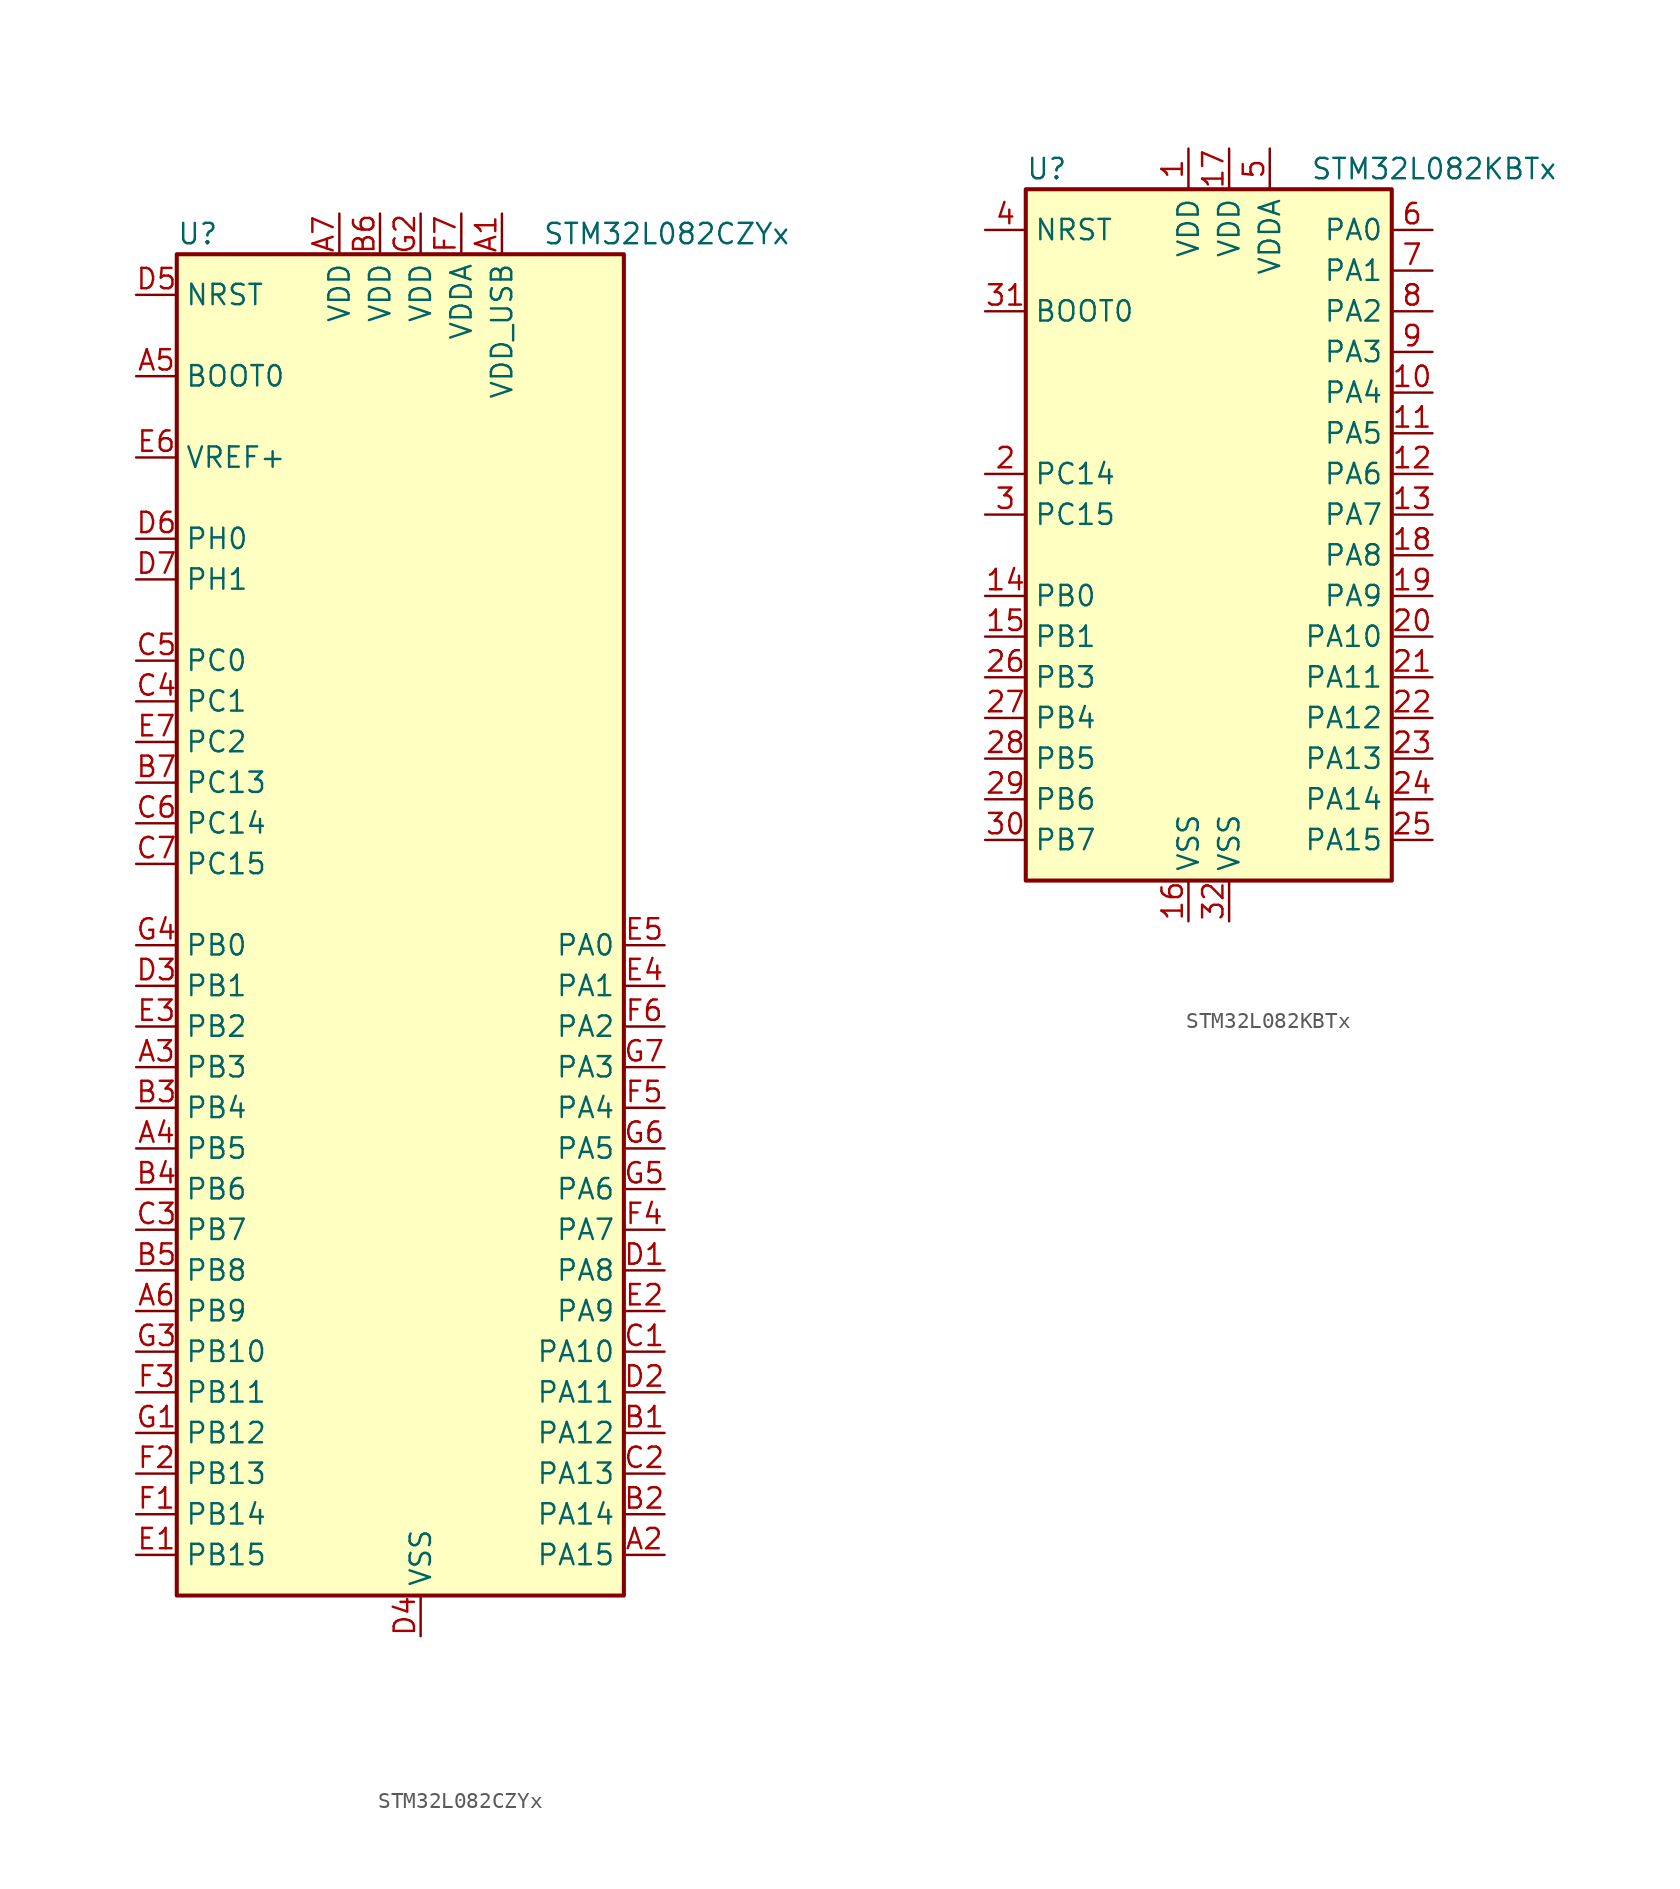
<source format=kicad_sym>
(kicad_symbol_lib
  (version 20201005)
  (generator kicad_symbol_editor)
  (symbol "MCU_ST_STM32L0:STM32L082CZYx"
    (property "Reference" "U"
      (at -15.24 41.91 0)
      (effects (font (size 1.27 1.27)) (justify left)))
    (property "Value" "STM32L082CZYx"
      (at 7.62 41.91 0)
      (effects (font (size 1.27 1.27)) (justify left)))
    (symbol "STM32L082CZYx_0_1"
      (rectangle (start -15.24 -43.18) (end 12.7 40.64) (stroke (width 0.254)) (fill (type background))))
    (symbol "STM32L082CZYx_1_1"
      (pin input line (at -17.78 33.02 0) (length 2.54) (name "BOOT0" (effects (font (size 1.27 1.27)))) (number "A5" (effects (font (size 1.27 1.27)))))
      (pin input line (at -17.78 38.1 0) (length 2.54) (name "NRST" (effects (font (size 1.27 1.27)))) (number "D5" (effects (font (size 1.27 1.27)))))
      (pin bidirectional line (at 15.24 -2.54 180) (length 2.54) (name "PA0" (effects (font (size 1.27 1.27)))) (number "E5" (effects (font (size 1.27 1.27)))))
      (pin bidirectional line (at 15.24 -5.08 180) (length 2.54) (name "PA1" (effects (font (size 1.27 1.27)))) (number "E4" (effects (font (size 1.27 1.27)))))
      (pin bidirectional line (at 15.24 -27.94 180) (length 2.54) (name "PA10" (effects (font (size 1.27 1.27)))) (number "C1" (effects (font (size 1.27 1.27)))))
      (pin bidirectional line (at 15.24 -30.48 180) (length 2.54) (name "PA11" (effects (font (size 1.27 1.27)))) (number "D2" (effects (font (size 1.27 1.27)))))
      (pin bidirectional line (at 15.24 -33.02 180) (length 2.54) (name "PA12" (effects (font (size 1.27 1.27)))) (number "B1" (effects (font (size 1.27 1.27)))))
      (pin bidirectional line (at 15.24 -35.56 180) (length 2.54) (name "PA13" (effects (font (size 1.27 1.27)))) (number "C2" (effects (font (size 1.27 1.27)))))
      (pin bidirectional line (at 15.24 -38.1 180) (length 2.54) (name "PA14" (effects (font (size 1.27 1.27)))) (number "B2" (effects (font (size 1.27 1.27)))))
      (pin bidirectional line (at 15.24 -40.64 180) (length 2.54) (name "PA15" (effects (font (size 1.27 1.27)))) (number "A2" (effects (font (size 1.27 1.27)))))
      (pin bidirectional line (at 15.24 -7.62 180) (length 2.54) (name "PA2" (effects (font (size 1.27 1.27)))) (number "F6" (effects (font (size 1.27 1.27)))))
      (pin bidirectional line (at 15.24 -10.16 180) (length 2.54) (name "PA3" (effects (font (size 1.27 1.27)))) (number "G7" (effects (font (size 1.27 1.27)))))
      (pin bidirectional line (at 15.24 -12.7 180) (length 2.54) (name "PA4" (effects (font (size 1.27 1.27)))) (number "F5" (effects (font (size 1.27 1.27)))))
      (pin bidirectional line (at 15.24 -15.24 180) (length 2.54) (name "PA5" (effects (font (size 1.27 1.27)))) (number "G6" (effects (font (size 1.27 1.27)))))
      (pin bidirectional line (at 15.24 -17.78 180) (length 2.54) (name "PA6" (effects (font (size 1.27 1.27)))) (number "G5" (effects (font (size 1.27 1.27)))))
      (pin bidirectional line (at 15.24 -20.32 180) (length 2.54) (name "PA7" (effects (font (size 1.27 1.27)))) (number "F4" (effects (font (size 1.27 1.27)))))
      (pin bidirectional line (at 15.24 -22.86 180) (length 2.54) (name "PA8" (effects (font (size 1.27 1.27)))) (number "D1" (effects (font (size 1.27 1.27)))))
      (pin bidirectional line (at 15.24 -25.4 180) (length 2.54) (name "PA9" (effects (font (size 1.27 1.27)))) (number "E2" (effects (font (size 1.27 1.27)))))
      (pin bidirectional line (at -17.78 -2.54 0) (length 2.54) (name "PB0" (effects (font (size 1.27 1.27)))) (number "G4" (effects (font (size 1.27 1.27)))))
      (pin bidirectional line (at -17.78 -5.08 0) (length 2.54) (name "PB1" (effects (font (size 1.27 1.27)))) (number "D3" (effects (font (size 1.27 1.27)))))
      (pin bidirectional line (at -17.78 -27.94 0) (length 2.54) (name "PB10" (effects (font (size 1.27 1.27)))) (number "G3" (effects (font (size 1.27 1.27)))))
      (pin bidirectional line (at -17.78 -30.48 0) (length 2.54) (name "PB11" (effects (font (size 1.27 1.27)))) (number "F3" (effects (font (size 1.27 1.27)))))
      (pin bidirectional line (at -17.78 -33.02 0) (length 2.54) (name "PB12" (effects (font (size 1.27 1.27)))) (number "G1" (effects (font (size 1.27 1.27)))))
      (pin bidirectional line (at -17.78 -35.56 0) (length 2.54) (name "PB13" (effects (font (size 1.27 1.27)))) (number "F2" (effects (font (size 1.27 1.27)))))
      (pin bidirectional line (at -17.78 -38.1 0) (length 2.54) (name "PB14" (effects (font (size 1.27 1.27)))) (number "F1" (effects (font (size 1.27 1.27)))))
      (pin bidirectional line (at -17.78 -40.64 0) (length 2.54) (name "PB15" (effects (font (size 1.27 1.27)))) (number "E1" (effects (font (size 1.27 1.27)))))
      (pin bidirectional line (at -17.78 -7.62 0) (length 2.54) (name "PB2" (effects (font (size 1.27 1.27)))) (number "E3" (effects (font (size 1.27 1.27)))))
      (pin bidirectional line (at -17.78 -10.16 0) (length 2.54) (name "PB3" (effects (font (size 1.27 1.27)))) (number "A3" (effects (font (size 1.27 1.27)))))
      (pin bidirectional line (at -17.78 -12.7 0) (length 2.54) (name "PB4" (effects (font (size 1.27 1.27)))) (number "B3" (effects (font (size 1.27 1.27)))))
      (pin bidirectional line (at -17.78 -15.24 0) (length 2.54) (name "PB5" (effects (font (size 1.27 1.27)))) (number "A4" (effects (font (size 1.27 1.27)))))
      (pin bidirectional line (at -17.78 -17.78 0) (length 2.54) (name "PB6" (effects (font (size 1.27 1.27)))) (number "B4" (effects (font (size 1.27 1.27)))))
      (pin bidirectional line (at -17.78 -20.32 0) (length 2.54) (name "PB7" (effects (font (size 1.27 1.27)))) (number "C3" (effects (font (size 1.27 1.27)))))
      (pin bidirectional line (at -17.78 -22.86 0) (length 2.54) (name "PB8" (effects (font (size 1.27 1.27)))) (number "B5" (effects (font (size 1.27 1.27)))))
      (pin bidirectional line (at -17.78 -25.4 0) (length 2.54) (name "PB9" (effects (font (size 1.27 1.27)))) (number "A6" (effects (font (size 1.27 1.27)))))
      (pin bidirectional line (at -17.78 15.24 0) (length 2.54) (name "PC0" (effects (font (size 1.27 1.27)))) (number "C5" (effects (font (size 1.27 1.27)))))
      (pin bidirectional line (at -17.78 12.7 0) (length 2.54) (name "PC1" (effects (font (size 1.27 1.27)))) (number "C4" (effects (font (size 1.27 1.27)))))
      (pin bidirectional line (at -17.78 7.62 0) (length 2.54) (name "PC13" (effects (font (size 1.27 1.27)))) (number "B7" (effects (font (size 1.27 1.27)))))
      (pin bidirectional line (at -17.78 5.08 0) (length 2.54) (name "PC14" (effects (font (size 1.27 1.27)))) (number "C6" (effects (font (size 1.27 1.27)))))
      (pin bidirectional line (at -17.78 2.54 0) (length 2.54) (name "PC15" (effects (font (size 1.27 1.27)))) (number "C7" (effects (font (size 1.27 1.27)))))
      (pin bidirectional line (at -17.78 10.16 0) (length 2.54) (name "PC2" (effects (font (size 1.27 1.27)))) (number "E7" (effects (font (size 1.27 1.27)))))
      (pin input line (at -17.78 22.86 0) (length 2.54) (name "PH0" (effects (font (size 1.27 1.27)))) (number "D6" (effects (font (size 1.27 1.27)))))
      (pin input line (at -17.78 20.32 0) (length 2.54) (name "PH1" (effects (font (size 1.27 1.27)))) (number "D7" (effects (font (size 1.27 1.27)))))
      (pin power_in line (at -5.08 43.18 270) (length 2.54) (name "VDD" (effects (font (size 1.27 1.27)))) (number "A7" (effects (font (size 1.27 1.27)))))
      (pin power_in line (at -2.54 43.18 270) (length 2.54) (name "VDD" (effects (font (size 1.27 1.27)))) (number "B6" (effects (font (size 1.27 1.27)))))
      (pin power_in line (at 0 43.18 270) (length 2.54) (name "VDD" (effects (font (size 1.27 1.27)))) (number "G2" (effects (font (size 1.27 1.27)))))
      (pin power_in line (at 2.54 43.18 270) (length 2.54) (name "VDDA" (effects (font (size 1.27 1.27)))) (number "F7" (effects (font (size 1.27 1.27)))))
      (pin power_in line (at 5.08 43.18 270) (length 2.54) (name "VDD_USB" (effects (font (size 1.27 1.27)))) (number "A1" (effects (font (size 1.27 1.27)))))
      (pin power_in line (at -17.78 27.94 0) (length 2.54) (name "VREF+" (effects (font (size 1.27 1.27)))) (number "E6" (effects (font (size 1.27 1.27)))))
      (pin power_in line (at 0 -45.72 90) (length 2.54) (name "VSS" (effects (font (size 1.27 1.27)))) (number "D4" (effects (font (size 1.27 1.27)))))))
  (symbol "MCU_ST_STM32L0:STM32L082KBTx"
    (property "Reference" "U"
      (at -12.7 21.59 0)
      (effects (font (size 1.27 1.27)) (justify left)))
    (property "Value" "STM32L082KBTx"
      (at 5.08 21.59 0)
      (effects (font (size 1.27 1.27)) (justify left)))
    (symbol "STM32L082KBTx_0_1"
      (rectangle (start -12.7 -22.86) (end 10.16 20.32) (stroke (width 0.254)) (fill (type background))))
    (symbol "STM32L082KBTx_1_1"
      (pin input line (at -15.24 12.7 0) (length 2.54) (name "BOOT0" (effects (font (size 1.27 1.27)))) (number "31" (effects (font (size 1.27 1.27)))))
      (pin input line (at -15.24 17.78 0) (length 2.54) (name "NRST" (effects (font (size 1.27 1.27)))) (number "4" (effects (font (size 1.27 1.27)))))
      (pin bidirectional line (at 12.7 17.78 180) (length 2.54) (name "PA0" (effects (font (size 1.27 1.27)))) (number "6" (effects (font (size 1.27 1.27)))))
      (pin bidirectional line (at 12.7 15.24 180) (length 2.54) (name "PA1" (effects (font (size 1.27 1.27)))) (number "7" (effects (font (size 1.27 1.27)))))
      (pin bidirectional line (at 12.7 -7.62 180) (length 2.54) (name "PA10" (effects (font (size 1.27 1.27)))) (number "20" (effects (font (size 1.27 1.27)))))
      (pin bidirectional line (at 12.7 -10.16 180) (length 2.54) (name "PA11" (effects (font (size 1.27 1.27)))) (number "21" (effects (font (size 1.27 1.27)))))
      (pin bidirectional line (at 12.7 -12.7 180) (length 2.54) (name "PA12" (effects (font (size 1.27 1.27)))) (number "22" (effects (font (size 1.27 1.27)))))
      (pin bidirectional line (at 12.7 -15.24 180) (length 2.54) (name "PA13" (effects (font (size 1.27 1.27)))) (number "23" (effects (font (size 1.27 1.27)))))
      (pin bidirectional line (at 12.7 -17.78 180) (length 2.54) (name "PA14" (effects (font (size 1.27 1.27)))) (number "24" (effects (font (size 1.27 1.27)))))
      (pin bidirectional line (at 12.7 -20.32 180) (length 2.54) (name "PA15" (effects (font (size 1.27 1.27)))) (number "25" (effects (font (size 1.27 1.27)))))
      (pin bidirectional line (at 12.7 12.7 180) (length 2.54) (name "PA2" (effects (font (size 1.27 1.27)))) (number "8" (effects (font (size 1.27 1.27)))))
      (pin bidirectional line (at 12.7 10.16 180) (length 2.54) (name "PA3" (effects (font (size 1.27 1.27)))) (number "9" (effects (font (size 1.27 1.27)))))
      (pin bidirectional line (at 12.7 7.62 180) (length 2.54) (name "PA4" (effects (font (size 1.27 1.27)))) (number "10" (effects (font (size 1.27 1.27)))))
      (pin bidirectional line (at 12.7 5.08 180) (length 2.54) (name "PA5" (effects (font (size 1.27 1.27)))) (number "11" (effects (font (size 1.27 1.27)))))
      (pin bidirectional line (at 12.7 2.54 180) (length 2.54) (name "PA6" (effects (font (size 1.27 1.27)))) (number "12" (effects (font (size 1.27 1.27)))))
      (pin bidirectional line (at 12.7 0 180) (length 2.54) (name "PA7" (effects (font (size 1.27 1.27)))) (number "13" (effects (font (size 1.27 1.27)))))
      (pin bidirectional line (at 12.7 -2.54 180) (length 2.54) (name "PA8" (effects (font (size 1.27 1.27)))) (number "18" (effects (font (size 1.27 1.27)))))
      (pin bidirectional line (at 12.7 -5.08 180) (length 2.54) (name "PA9" (effects (font (size 1.27 1.27)))) (number "19" (effects (font (size 1.27 1.27)))))
      (pin bidirectional line (at -15.24 -5.08 0) (length 2.54) (name "PB0" (effects (font (size 1.27 1.27)))) (number "14" (effects (font (size 1.27 1.27)))))
      (pin bidirectional line (at -15.24 -7.62 0) (length 2.54) (name "PB1" (effects (font (size 1.27 1.27)))) (number "15" (effects (font (size 1.27 1.27)))))
      (pin bidirectional line (at -15.24 -10.16 0) (length 2.54) (name "PB3" (effects (font (size 1.27 1.27)))) (number "26" (effects (font (size 1.27 1.27)))))
      (pin bidirectional line (at -15.24 -12.7 0) (length 2.54) (name "PB4" (effects (font (size 1.27 1.27)))) (number "27" (effects (font (size 1.27 1.27)))))
      (pin bidirectional line (at -15.24 -15.24 0) (length 2.54) (name "PB5" (effects (font (size 1.27 1.27)))) (number "28" (effects (font (size 1.27 1.27)))))
      (pin bidirectional line (at -15.24 -17.78 0) (length 2.54) (name "PB6" (effects (font (size 1.27 1.27)))) (number "29" (effects (font (size 1.27 1.27)))))
      (pin bidirectional line (at -15.24 -20.32 0) (length 2.54) (name "PB7" (effects (font (size 1.27 1.27)))) (number "30" (effects (font (size 1.27 1.27)))))
      (pin bidirectional line (at -15.24 2.54 0) (length 2.54) (name "PC14" (effects (font (size 1.27 1.27)))) (number "2" (effects (font (size 1.27 1.27)))))
      (pin bidirectional line (at -15.24 0 0) (length 2.54) (name "PC15" (effects (font (size 1.27 1.27)))) (number "3" (effects (font (size 1.27 1.27)))))
      (pin power_in line (at -2.54 22.86 270) (length 2.54) (name "VDD" (effects (font (size 1.27 1.27)))) (number "1" (effects (font (size 1.27 1.27)))))
      (pin power_in line (at 0 22.86 270) (length 2.54) (name "VDD" (effects (font (size 1.27 1.27)))) (number "17" (effects (font (size 1.27 1.27)))))
      (pin power_in line (at 2.54 22.86 270) (length 2.54) (name "VDDA" (effects (font (size 1.27 1.27)))) (number "5" (effects (font (size 1.27 1.27)))))
      (pin power_in line (at -2.54 -25.4 90) (length 2.54) (name "VSS" (effects (font (size 1.27 1.27)))) (number "16" (effects (font (size 1.27 1.27)))))
      (pin power_in line (at 0 -25.4 90) (length 2.54) (name "VSS" (effects (font (size 1.27 1.27)))) (number "32" (effects (font (size 1.27 1.27))))))))
</source>
